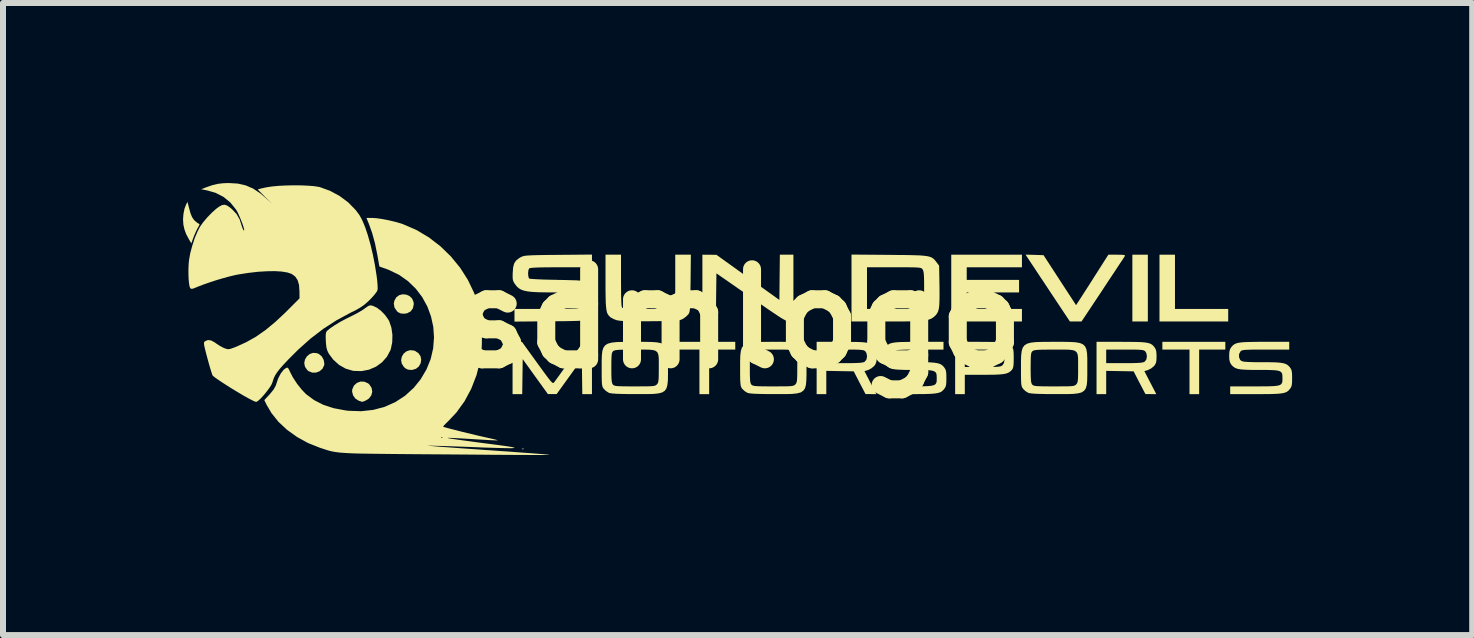
<source format=kicad_pcb>
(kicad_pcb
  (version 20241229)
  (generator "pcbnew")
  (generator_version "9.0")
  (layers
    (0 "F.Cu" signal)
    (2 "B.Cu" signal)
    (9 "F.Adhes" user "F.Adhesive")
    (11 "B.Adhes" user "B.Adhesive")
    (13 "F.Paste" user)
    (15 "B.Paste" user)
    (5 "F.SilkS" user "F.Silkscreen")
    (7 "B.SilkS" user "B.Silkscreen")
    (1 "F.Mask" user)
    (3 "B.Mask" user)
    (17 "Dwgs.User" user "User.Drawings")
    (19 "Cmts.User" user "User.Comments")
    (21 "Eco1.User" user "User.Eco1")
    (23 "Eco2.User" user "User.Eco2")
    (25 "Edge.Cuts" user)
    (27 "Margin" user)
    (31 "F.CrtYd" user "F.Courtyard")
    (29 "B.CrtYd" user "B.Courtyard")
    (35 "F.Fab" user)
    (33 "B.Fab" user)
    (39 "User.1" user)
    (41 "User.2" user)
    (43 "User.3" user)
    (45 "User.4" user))
  (footprint "sdmlogo"
    (layer "F.Cu")
    (at 9.267 2.259)
    (property "Reference" "sdmlogo" (at 0 0 0) (layer "F.SilkS") (effects (font (size 1.5 1.5) (thickness 0.3))))
    (attr board_only exclude_from_pos_files exclude_from_bom)
    (fp_poly (pts (xy -3.587 2.169) (xy -3.592 2.176) (xy -3.608 2.177) (xy -3.625 2.173) (xy -3.618 2.168) (xy -3.593 2.166)) (stroke (width 0) (type solid)) (fill yes) (layer "F.SilkS"))
    (fp_poly (pts (xy 6.81 -0.508) (xy 6.81 0.048) (xy 6.681 0.048) (xy 6.552 0.048) (xy 6.552 -0.508) (xy 6.552 -1.065) (xy 6.681 -1.065) (xy 6.81 -1.065)) (stroke (width 0) (type solid)) (fill yes) (layer "F.SilkS"))
    (fp_poly (pts (xy 7.262 -0.613) (xy 7.262 -0.161) (xy 7.706 -0.161) (xy 8.149 -0.161) (xy 8.149 -0.056) (xy 8.149 0.048) (xy 7.576 0.048) (xy 7.004 0.048) (xy 7.004 -0.508) (xy 7.004 -1.065) (xy 7.133 -1.065) (xy 7.262 -1.065)) (stroke (width 0) (type solid)) (fill yes) (layer "F.SilkS"))
    (fp_poly (pts (xy -0.065 0.452) (xy -0.065 0.516) (xy -0.282 0.516) (xy -0.5 0.516) (xy -0.5 0.888) (xy -0.5 1.259) (xy -0.581 1.259) (xy -0.662 1.259) (xy -0.662 0.888) (xy -0.662 0.516) (xy -0.888 0.516) (xy -1.113 0.516) (xy -1.113 0.452) (xy -1.113 0.387) (xy -0.589 0.387) (xy -0.065 0.387)) (stroke (width 0) (type solid)) (fill yes) (layer "F.SilkS"))
    (fp_poly (pts (xy 8.101 0.452) (xy 8.101 0.516) (xy 7.883 0.516) (xy 7.665 0.516) (xy 7.665 0.888) (xy 7.665 1.259) (xy 7.584 1.259) (xy 7.504 1.259) (xy 7.504 0.888) (xy 7.504 0.516) (xy 7.278 0.516) (xy 7.052 0.516) (xy 7.052 0.452) (xy 7.052 0.387) (xy 7.576 0.387) (xy 8.101 0.387)) (stroke (width 0) (type solid)) (fill yes) (layer "F.SilkS"))
    (fp_poly (pts (xy -7.041 0.575) (xy -7.004 0.589) (xy -6.955 0.63) (xy -6.923 0.689) (xy -6.912 0.754) (xy -6.915 0.776) (xy -6.943 0.835) (xy -6.991 0.877) (xy -7.051 0.9) (xy -7.115 0.9) (xy -7.176 0.875) (xy -7.198 0.857) (xy -7.236 0.8) (xy -7.247 0.74) (xy -7.235 0.682) (xy -7.204 0.631) (xy -7.159 0.592) (xy -7.103 0.571)) (stroke (width 0) (type solid)) (fill yes) (layer "F.SilkS"))
    (fp_poly (pts (xy -5.548 -0.4) (xy -5.493 -0.376) (xy -5.45 -0.334) (xy -5.426 -0.277) (xy -5.422 -0.242) (xy -5.436 -0.172) (xy -5.475 -0.119) (xy -5.535 -0.088) (xy -5.588 -0.081) (xy -5.644 -0.087) (xy -5.685 -0.108) (xy -5.701 -0.122) (xy -5.743 -0.183) (xy -5.755 -0.25) (xy -5.745 -0.299) (xy -5.712 -0.356) (xy -5.664 -0.391) (xy -5.607 -0.405)) (stroke (width 0) (type solid)) (fill yes) (layer "F.SilkS"))
    (fp_poly (pts (xy -5.42 0.532) (xy -5.4 0.539) (xy -5.343 0.577) (xy -5.309 0.628) (xy -5.298 0.687) (xy -5.308 0.745) (xy -5.337 0.797) (xy -5.385 0.836) (xy -5.449 0.855) (xy -5.466 0.855) (xy -5.52 0.85) (xy -5.561 0.829) (xy -5.585 0.808) (xy -5.622 0.752) (xy -5.633 0.692) (xy -5.621 0.633) (xy -5.59 0.582) (xy -5.543 0.545) (xy -5.485 0.526)) (stroke (width 0) (type solid)) (fill yes) (layer "F.SilkS"))
    (fp_poly (pts (xy -6.246 1.051) (xy -6.185 1.078) (xy -6.163 1.096) (xy -6.125 1.154) (xy -6.114 1.218) (xy -6.13 1.28) (xy -6.171 1.333) (xy -6.222 1.365) (xy -6.259 1.38) (xy -6.28 1.387) (xy -6.281 1.387) (xy -6.298 1.382) (xy -6.333 1.37) (xy -6.342 1.367) (xy -6.395 1.333) (xy -6.433 1.28) (xy -6.45 1.217) (xy -6.447 1.179) (xy -6.419 1.116) (xy -6.371 1.072) (xy -6.311 1.049)) (stroke (width 0) (type solid)) (fill yes) (layer "F.SilkS"))
    (fp_poly (pts (xy -9.166 -1.84) (xy -9.142 -1.753) (xy -9.116 -1.69) (xy -9.083 -1.642) (xy -9.039 -1.603) (xy -8.992 -1.572) (xy -8.996 -1.558) (xy -9.013 -1.526) (xy -9.023 -1.509) (xy -9.048 -1.46) (xy -9.076 -1.396) (xy -9.094 -1.351) (xy -9.129 -1.253) (xy -9.171 -1.325) (xy -9.215 -1.408) (xy -9.243 -1.484) (xy -9.262 -1.569) (xy -9.262 -1.573) (xy -9.267 -1.654) (xy -9.26 -1.744) (xy -9.243 -1.83) (xy -9.219 -1.894) (xy -9.193 -1.945)) (stroke (width 0) (type solid)) (fill yes) (layer "F.SilkS"))
    (fp_poly (pts (xy 4.712 -0.96) (xy 4.712 -0.855) (xy 4.252 -0.855) (xy 3.792 -0.855) (xy 3.792 -0.75) (xy 3.792 -0.645) (xy 4.228 -0.645) (xy 4.664 -0.645) (xy 4.664 -0.541) (xy 4.664 -0.436) (xy 4.228 -0.436) (xy 3.792 -0.436) (xy 3.792 -0.299) (xy 3.792 -0.161) (xy 4.252 -0.161) (xy 4.712 -0.161) (xy 4.712 -0.056) (xy 4.712 0.048) (xy 4.123 0.048) (xy 3.534 0.048) (xy 3.534 -0.508) (xy 3.534 -1.065) (xy 4.123 -1.065) (xy 4.712 -1.065)) (stroke (width 0) (type solid)) (fill yes) (layer "F.SilkS"))
    (fp_poly (pts (xy 0.904 -0.508) (xy 0.904 0.048) (xy 0.839 0.048) (xy 0.821 0.047) (xy 0.801 0.042) (xy 0.775 0.031) (xy 0.741 0.013) (xy 0.696 -0.013) (xy 0.639 -0.05) (xy 0.566 -0.099) (xy 0.474 -0.161) (xy 0.362 -0.239) (xy 0.227 -0.333) (xy 0.198 -0.353) (xy -0.379 -0.754) (xy -0.384 -0.353) (xy -0.388 0.048) (xy -0.501 0.048) (xy -0.613 0.048) (xy -0.613 -0.508) (xy -0.613 -1.065) (xy -0.496 -1.064) (xy -0.379 -1.063) (xy 0.145 -0.687) (xy 0.67 -0.311) (xy 0.674 -0.688) (xy 0.678 -1.065) (xy 0.791 -1.065) (xy 0.904 -1.065)) (stroke (width 0) (type solid)) (fill yes) (layer "F.SilkS"))
    (fp_poly (pts (xy 4.922 -1.062) (xy 5.072 -1.057) (xy 5.343 -0.64) (xy 5.614 -0.224) (xy 5.706 -0.366) (xy 5.744 -0.426) (xy 5.796 -0.506) (xy 5.855 -0.598) (xy 5.917 -0.696) (xy 5.975 -0.787) (xy 6.152 -1.065) (xy 6.296 -1.065) (xy 6.365 -1.064) (xy 6.407 -1.061) (xy 6.427 -1.055) (xy 6.428 -1.045) (xy 6.427 -1.043) (xy 6.416 -1.025) (xy 6.389 -0.983) (xy 6.347 -0.921) (xy 6.294 -0.84) (xy 6.231 -0.745) (xy 6.16 -0.638) (xy 6.083 -0.522) (xy 6.06 -0.486) (xy 5.705 0.048) (xy 5.608 0.048) (xy 5.511 0.048) (xy 5.172 -0.462) (xy 5.095 -0.579) (xy 5.022 -0.688) (xy 4.956 -0.788) (xy 4.899 -0.874) (xy 4.853 -0.943) (xy 4.821 -0.992) (xy 4.804 -1.018) (xy 4.803 -1.019) (xy 4.773 -1.066)) (stroke (width 0) (type solid)) (fill yes) (layer "F.SilkS"))
    (fp_poly (pts (xy -3.364 0.741) (xy -3.288 0.846) (xy -3.229 0.927) (xy -3.183 0.988) (xy -3.15 1.03) (xy -3.126 1.057) (xy -3.11 1.07) (xy -3.098 1.073) (xy -3.089 1.068) (xy -3.082 1.06) (xy -3.065 1.037) (xy -3.032 0.992) (xy -2.987 0.93) (xy -2.932 0.853) (xy -2.869 0.766) (xy -2.826 0.706) (xy -2.596 0.387) (xy -2.525 0.387) (xy -2.453 0.387) (xy -2.453 0.823) (xy -2.453 1.259) (xy -2.533 1.259) (xy -2.614 1.259) (xy -2.618 0.967) (xy -2.622 0.675) (xy -2.832 0.967) (xy -3.042 1.258) (xy -3.114 1.258) (xy -3.187 1.258) (xy -3.397 0.967) (xy -3.607 0.675) (xy -3.611 0.967) (xy -3.615 1.259) (xy -3.696 1.259) (xy -3.776 1.259) (xy -3.776 0.823) (xy -3.776 0.387) (xy -3.698 0.387) (xy -3.62 0.387)) (stroke (width 0) (type solid)) (fill yes) (layer "F.SilkS"))
    (fp_poly (pts (xy -6.101 -0.212) (xy -6.099 -0.211) (xy -6.034 -0.18) (xy -5.964 -0.126) (xy -5.899 -0.058) (xy -5.846 0.017) (xy -5.831 0.045) (xy -5.795 0.151) (xy -5.778 0.271) (xy -5.781 0.393) (xy -5.804 0.505) (xy -5.81 0.524) (xy -5.869 0.635) (xy -5.951 0.728) (xy -6.052 0.801) (xy -6.168 0.851) (xy -6.294 0.875) (xy -6.426 0.871) (xy -6.437 0.869) (xy -6.557 0.834) (xy -6.668 0.771) (xy -6.765 0.683) (xy -6.837 0.586) (xy -6.86 0.54) (xy -6.875 0.494) (xy -6.883 0.436) (xy -6.888 0.371) (xy -6.89 0.3) (xy -6.888 0.254) (xy -6.881 0.225) (xy -6.868 0.205) (xy -6.867 0.204) (xy -6.815 0.161) (xy -6.741 0.111) (xy -6.651 0.056) (xy -6.551 0.003) (xy -6.482 -0.031) (xy -6.406 -0.069) (xy -6.331 -0.11) (xy -6.268 -0.148) (xy -6.239 -0.169) (xy -6.193 -0.202) (xy -6.163 -0.218) (xy -6.135 -0.22)) (stroke (width 0) (type solid)) (fill yes) (layer "F.SilkS"))
    (fp_poly (pts (xy 1.842 0.388) (xy 1.953 0.389) (xy 2.039 0.392) (xy 2.104 0.398) (xy 2.154 0.407) (xy 2.19 0.419) (xy 2.218 0.436) (xy 2.241 0.458) (xy 2.257 0.476) (xy 2.277 0.509) (xy 2.287 0.55) (xy 2.291 0.609) (xy 2.291 0.63) (xy 2.29 0.693) (xy 2.282 0.735) (xy 2.266 0.768) (xy 2.25 0.789) (xy 2.206 0.827) (xy 2.154 0.855) (xy 2.148 0.857) (xy 2.088 0.875) (xy 2.187 1.067) (xy 2.287 1.259) (xy 2.196 1.258) (xy 2.106 1.258) (xy 2.007 1.069) (xy 1.909 0.879) (xy 1.681 0.875) (xy 1.452 0.871) (xy 1.452 1.065) (xy 1.452 1.259) (xy 1.372 1.259) (xy 1.291 1.259) (xy 1.291 0.823) (xy 1.291 0.629) (xy 1.452 0.629) (xy 1.452 0.742) (xy 1.755 0.742) (xy 1.866 0.742) (xy 1.95 0.74) (xy 2.01 0.737) (xy 2.051 0.732) (xy 2.078 0.725) (xy 2.094 0.717) (xy 2.121 0.681) (xy 2.131 0.63) (xy 2.122 0.578) (xy 2.103 0.546) (xy 2.091 0.536) (xy 2.074 0.528) (xy 2.046 0.523) (xy 2.003 0.519) (xy 1.941 0.517) (xy 1.855 0.517) (xy 1.765 0.516) (xy 1.452 0.516) (xy 1.452 0.629) (xy 1.291 0.629) (xy 1.291 0.387) (xy 1.703 0.387)) (stroke (width 0) (type solid)) (fill yes) (layer "F.SilkS"))
    (fp_poly (pts (xy 6.506 0.388) (xy 6.616 0.389) (xy 6.702 0.392) (xy 6.768 0.398) (xy 6.817 0.407) (xy 6.854 0.419) (xy 6.882 0.436) (xy 6.905 0.458) (xy 6.92 0.476) (xy 6.94 0.509) (xy 6.951 0.55) (xy 6.955 0.609) (xy 6.955 0.63) (xy 6.953 0.693) (xy 6.946 0.735) (xy 6.93 0.768) (xy 6.914 0.789) (xy 6.87 0.827) (xy 6.817 0.855) (xy 6.812 0.857) (xy 6.752 0.875) (xy 6.851 1.067) (xy 6.951 1.259) (xy 6.86 1.258) (xy 6.77 1.258) (xy 6.671 1.069) (xy 6.573 0.879) (xy 6.344 0.875) (xy 6.116 0.871) (xy 6.116 1.065) (xy 6.116 1.259) (xy 6.035 1.259) (xy 5.955 1.259) (xy 5.955 0.823) (xy 5.955 0.629) (xy 6.116 0.629) (xy 6.116 0.742) (xy 6.419 0.742) (xy 6.53 0.742) (xy 6.613 0.74) (xy 6.673 0.737) (xy 6.715 0.732) (xy 6.742 0.725) (xy 6.758 0.717) (xy 6.785 0.681) (xy 6.794 0.63) (xy 6.786 0.578) (xy 6.767 0.546) (xy 6.755 0.536) (xy 6.737 0.528) (xy 6.71 0.523) (xy 6.667 0.519) (xy 6.604 0.517) (xy 6.518 0.517) (xy 6.428 0.516) (xy 6.116 0.516) (xy 6.116 0.629) (xy 5.955 0.629) (xy 5.955 0.387) (xy 6.367 0.387)) (stroke (width 0) (type solid)) (fill yes) (layer "F.SilkS"))
    (fp_poly (pts (xy 4.139 0.388) (xy 4.248 0.389) (xy 4.333 0.392) (xy 4.397 0.398) (xy 4.445 0.407) (xy 4.481 0.419) (xy 4.508 0.435) (xy 4.532 0.456) (xy 4.543 0.467) (xy 4.558 0.489) (xy 4.568 0.517) (xy 4.573 0.559) (xy 4.575 0.623) (xy 4.575 0.662) (xy 4.574 0.738) (xy 4.57 0.789) (xy 4.563 0.822) (xy 4.551 0.846) (xy 4.543 0.856) (xy 4.517 0.881) (xy 4.487 0.901) (xy 4.45 0.915) (xy 4.401 0.925) (xy 4.334 0.931) (xy 4.246 0.935) (xy 4.132 0.936) (xy 4.083 0.936) (xy 3.76 0.936) (xy 3.76 1.097) (xy 3.76 1.259) (xy 3.679 1.259) (xy 3.599 1.259) (xy 3.599 0.823) (xy 3.599 0.662) (xy 3.76 0.662) (xy 3.76 0.807) (xy 4.059 0.807) (xy 4.164 0.807) (xy 4.243 0.806) (xy 4.298 0.803) (xy 4.336 0.799) (xy 4.361 0.793) (xy 4.378 0.785) (xy 4.389 0.775) (xy 4.412 0.74) (xy 4.421 0.687) (xy 4.422 0.662) (xy 4.417 0.601) (xy 4.399 0.56) (xy 4.389 0.549) (xy 4.376 0.537) (xy 4.358 0.529) (xy 4.332 0.523) (xy 4.292 0.519) (xy 4.233 0.517) (xy 4.151 0.517) (xy 4.059 0.516) (xy 3.76 0.516) (xy 3.76 0.662) (xy 3.599 0.662) (xy 3.599 0.387) (xy 4.003 0.387)) (stroke (width 0) (type solid)) (fill yes) (layer "F.SilkS"))
    (fp_poly (pts (xy -1.969 -0.633) (xy -1.968 -0.49) (xy -1.967 -0.378) (xy -1.964 -0.293) (xy -1.961 -0.233) (xy -1.956 -0.197) (xy -1.949 -0.181) (xy -1.927 -0.174) (xy -1.878 -0.169) (xy -1.808 -0.165) (xy -1.721 -0.162) (xy -1.623 -0.161) (xy -1.52 -0.16) (xy -1.417 -0.161) (xy -1.319 -0.162) (xy -1.231 -0.165) (xy -1.159 -0.169) (xy -1.109 -0.174) (xy -1.085 -0.18) (xy -1.084 -0.181) (xy -1.078 -0.197) (xy -1.073 -0.235) (xy -1.069 -0.295) (xy -1.067 -0.38) (xy -1.065 -0.493) (xy -1.065 -0.633) (xy -1.065 -1.065) (xy -0.935 -1.065) (xy -0.805 -1.065) (xy -0.81 -0.59) (xy -0.812 -0.453) (xy -0.813 -0.345) (xy -0.815 -0.262) (xy -0.818 -0.199) (xy -0.821 -0.154) (xy -0.826 -0.121) (xy -0.832 -0.099) (xy -0.84 -0.082) (xy -0.848 -0.07) (xy -0.885 -0.033) (xy -0.933 0.002) (xy -0.945 0.008) (xy -0.965 0.017) (xy -0.988 0.025) (xy -1.017 0.03) (xy -1.056 0.035) (xy -1.109 0.038) (xy -1.18 0.04) (xy -1.273 0.042) (xy -1.391 0.043) (xy -1.493 0.044) (xy -1.642 0.044) (xy -1.763 0.044) (xy -1.858 0.043) (xy -1.931 0.04) (xy -1.985 0.036) (xy -2.024 0.03) (xy -2.047 0.025) (xy -2.098 0.004) (xy -2.141 -0.02) (xy -2.15 -0.027) (xy -2.171 -0.048) (xy -2.188 -0.072) (xy -2.202 -0.101) (xy -2.211 -0.141) (xy -2.218 -0.194) (xy -2.223 -0.264) (xy -2.225 -0.355) (xy -2.227 -0.472) (xy -2.227 -0.613) (xy -2.227 -1.065) (xy -2.098 -1.065) (xy -1.969 -1.065)) (stroke (width 0) (type solid)) (fill yes) (layer "F.SilkS"))
    (fp_poly (pts (xy 2.497 -1.062) (xy 2.666 -1.06) (xy 2.806 -1.059) (xy 2.92 -1.056) (xy 3.011 -1.053) (xy 3.082 -1.047) (xy 3.137 -1.04) (xy 3.18 -1.029) (xy 3.212 -1.016) (xy 3.237 -0.998) (xy 3.259 -0.977) (xy 3.28 -0.95) (xy 3.289 -0.939) (xy 3.332 -0.882) (xy 3.338 -0.542) (xy 3.339 -0.411) (xy 3.338 -0.308) (xy 3.335 -0.229) (xy 3.328 -0.168) (xy 3.316 -0.123) (xy 3.299 -0.088) (xy 3.277 -0.059) (xy 3.253 -0.035) (xy 3.227 -0.015) (xy 3.199 0.002) (xy 3.165 0.015) (xy 3.122 0.026) (xy 3.067 0.034) (xy 2.997 0.04) (xy 2.907 0.044) (xy 2.796 0.047) (xy 2.66 0.048) (xy 2.496 0.048) (xy 2.452 0.048) (xy 1.872 0.048) (xy 1.872 -0.508) (xy 2.13 -0.508) (xy 2.13 -0.161) (xy 2.577 -0.161) (xy 2.71 -0.162) (xy 2.815 -0.162) (xy 2.896 -0.164) (xy 2.955 -0.166) (xy 2.996 -0.17) (xy 3.024 -0.174) (xy 3.042 -0.181) (xy 3.053 -0.188) (xy 3.063 -0.201) (xy 3.071 -0.219) (xy 3.077 -0.249) (xy 3.08 -0.294) (xy 3.082 -0.359) (xy 3.082 -0.45) (xy 3.082 -0.499) (xy 3.082 -0.607) (xy 3.08 -0.687) (xy 3.077 -0.744) (xy 3.071 -0.783) (xy 3.064 -0.808) (xy 3.057 -0.819) (xy 3.049 -0.83) (xy 3.039 -0.838) (xy 3.023 -0.844) (xy 2.997 -0.849) (xy 2.958 -0.852) (xy 2.902 -0.854) (xy 2.825 -0.855) (xy 2.724 -0.855) (xy 2.594 -0.855) (xy 2.581 -0.855) (xy 2.13 -0.855) (xy 2.13 -0.508) (xy 1.872 -0.508) (xy 1.872 -0.509) (xy 1.872 -1.067)) (stroke (width 0) (type solid)) (fill yes) (layer "F.SilkS"))
    (fp_poly (pts (xy 3.405 0.452) (xy 3.405 0.516) (xy 3.012 0.516) (xy 2.889 0.517) (xy 2.793 0.517) (xy 2.722 0.519) (xy 2.672 0.521) (xy 2.637 0.525) (xy 2.615 0.531) (xy 2.6 0.539) (xy 2.593 0.546) (xy 2.569 0.591) (xy 2.568 0.642) (xy 2.587 0.687) (xy 2.602 0.701) (xy 2.62 0.71) (xy 2.647 0.717) (xy 2.689 0.721) (xy 2.75 0.724) (xy 2.833 0.726) (xy 2.944 0.726) (xy 2.957 0.726) (xy 3.082 0.727) (xy 3.179 0.729) (xy 3.253 0.735) (xy 3.309 0.744) (xy 3.35 0.757) (xy 3.381 0.776) (xy 3.407 0.801) (xy 3.418 0.815) (xy 3.436 0.843) (xy 3.447 0.877) (xy 3.452 0.925) (xy 3.453 0.992) (xy 3.452 1.063) (xy 3.447 1.11) (xy 3.436 1.143) (xy 3.418 1.17) (xy 3.397 1.195) (xy 3.373 1.215) (xy 3.344 1.23) (xy 3.305 1.241) (xy 3.253 1.249) (xy 3.184 1.254) (xy 3.094 1.257) (xy 2.978 1.258) (xy 2.849 1.259) (xy 2.421 1.259) (xy 2.421 1.194) (xy 2.421 1.13) (xy 2.82 1.13) (xy 2.956 1.129) (xy 3.063 1.128) (xy 3.144 1.125) (xy 3.203 1.119) (xy 3.244 1.109) (xy 3.27 1.094) (xy 3.284 1.073) (xy 3.291 1.045) (xy 3.292 1.009) (xy 3.292 0.992) (xy 3.291 0.95) (xy 3.286 0.917) (xy 3.272 0.893) (xy 3.246 0.876) (xy 3.205 0.865) (xy 3.144 0.859) (xy 3.06 0.856) (xy 2.948 0.855) (xy 2.901 0.855) (xy 2.776 0.855) (xy 2.678 0.852) (xy 2.604 0.847) (xy 2.549 0.838) (xy 2.508 0.824) (xy 2.477 0.805) (xy 2.451 0.78) (xy 2.439 0.766) (xy 2.414 0.712) (xy 2.403 0.642) (xy 2.406 0.568) (xy 2.423 0.504) (xy 2.439 0.476) (xy 2.461 0.451) (xy 2.485 0.431) (xy 2.515 0.415) (xy 2.555 0.404) (xy 2.609 0.396) (xy 2.68 0.391) (xy 2.773 0.389) (xy 2.891 0.387) (xy 2.993 0.387) (xy 3.405 0.387)) (stroke (width 0) (type solid)) (fill yes) (layer "F.SilkS"))
    (fp_poly (pts (xy 9.166 0.452) (xy 9.166 0.516) (xy 8.773 0.516) (xy 8.65 0.517) (xy 8.554 0.517) (xy 8.483 0.519) (xy 8.433 0.521) (xy 8.398 0.525) (xy 8.376 0.531) (xy 8.361 0.539) (xy 8.354 0.546) (xy 8.33 0.591) (xy 8.329 0.642) (xy 8.348 0.687) (xy 8.363 0.701) (xy 8.381 0.71) (xy 8.408 0.717) (xy 8.45 0.721) (xy 8.511 0.724) (xy 8.594 0.726) (xy 8.705 0.726) (xy 8.718 0.726) (xy 8.843 0.727) (xy 8.94 0.729) (xy 9.014 0.735) (xy 9.07 0.744) (xy 9.111 0.757) (xy 9.142 0.776) (xy 9.168 0.801) (xy 9.179 0.815) (xy 9.197 0.843) (xy 9.208 0.877) (xy 9.213 0.925) (xy 9.214 0.992) (xy 9.213 1.063) (xy 9.208 1.11) (xy 9.197 1.143) (xy 9.179 1.17) (xy 9.158 1.195) (xy 9.134 1.215) (xy 9.105 1.23) (xy 9.066 1.241) (xy 9.014 1.249) (xy 8.945 1.254) (xy 8.855 1.257) (xy 8.739 1.258) (xy 8.61 1.259) (xy 8.182 1.259) (xy 8.182 1.194) (xy 8.182 1.13) (xy 8.581 1.13) (xy 8.717 1.129) (xy 8.824 1.128) (xy 8.905 1.125) (xy 8.964 1.119) (xy 9.005 1.109) (xy 9.031 1.094) (xy 9.045 1.073) (xy 9.052 1.045) (xy 9.053 1.009) (xy 9.053 0.992) (xy 9.052 0.95) (xy 9.047 0.917) (xy 9.033 0.893) (xy 9.007 0.876) (xy 8.966 0.865) (xy 8.905 0.859) (xy 8.821 0.856) (xy 8.709 0.855) (xy 8.662 0.855) (xy 8.537 0.855) (xy 8.439 0.852) (xy 8.365 0.847) (xy 8.31 0.838) (xy 8.269 0.824) (xy 8.238 0.805) (xy 8.212 0.78) (xy 8.2 0.766) (xy 8.179 0.73) (xy 8.168 0.685) (xy 8.165 0.621) (xy 8.168 0.556) (xy 8.179 0.511) (xy 8.2 0.476) (xy 8.222 0.451) (xy 8.246 0.431) (xy 8.276 0.415) (xy 8.316 0.404) (xy 8.37 0.396) (xy 8.441 0.391) (xy 8.534 0.389) (xy 8.652 0.387) (xy 8.754 0.387) (xy 9.166 0.387)) (stroke (width 0) (type solid)) (fill yes) (layer "F.SilkS"))
    (fp_poly (pts (xy -1.735 0.387) (xy -1.587 0.387) (xy -1.469 0.389) (xy -1.376 0.395) (xy -1.307 0.408) (xy -1.256 0.43) (xy -1.222 0.464) (xy -1.202 0.512) (xy -1.191 0.578) (xy -1.187 0.662) (xy -1.186 0.769) (xy -1.186 0.823) (xy -1.186 0.94) (xy -1.188 1.034) (xy -1.196 1.107) (xy -1.212 1.163) (xy -1.239 1.202) (xy -1.282 1.23) (xy -1.342 1.246) (xy -1.424 1.255) (xy -1.53 1.258) (xy -1.664 1.258) (xy -1.738 1.258) (xy -1.873 1.257) (xy -1.979 1.255) (xy -2.06 1.252) (xy -2.117 1.247) (xy -2.156 1.241) (xy -2.172 1.236) (xy -2.218 1.207) (xy -2.257 1.17) (xy -2.269 1.152) (xy -2.278 1.133) (xy -2.284 1.106) (xy -2.288 1.067) (xy -2.29 1.011) (xy -2.291 0.933) (xy -2.291 0.827) (xy -2.291 0.823) (xy -2.291 0.82) (xy -2.13 0.82) (xy -2.13 0.919) (xy -2.128 0.99) (xy -2.124 1.039) (xy -2.118 1.071) (xy -2.11 1.092) (xy -2.103 1.1) (xy -2.092 1.11) (xy -2.075 1.117) (xy -2.048 1.123) (xy -2.007 1.126) (xy -1.947 1.128) (xy -1.864 1.129) (xy -1.754 1.13) (xy -1.74 1.13) (xy -1.627 1.129) (xy -1.542 1.129) (xy -1.48 1.127) (xy -1.437 1.124) (xy -1.408 1.119) (xy -1.39 1.111) (xy -1.376 1.102) (xy -1.372 1.097) (xy -1.359 1.082) (xy -1.35 1.062) (xy -1.345 1.033) (xy -1.341 0.987) (xy -1.34 0.92) (xy -1.339 0.827) (xy -1.339 0.823) (xy -1.339 0.728) (xy -1.34 0.655) (xy -1.347 0.6) (xy -1.362 0.563) (xy -1.39 0.538) (xy -1.435 0.524) (xy -1.5 0.518) (xy -1.589 0.516) (xy -1.706 0.516) (xy -1.738 0.516) (xy -1.852 0.517) (xy -1.938 0.518) (xy -2.001 0.52) (xy -2.045 0.524) (xy -2.074 0.529) (xy -2.092 0.537) (xy -2.101 0.543) (xy -2.112 0.557) (xy -2.12 0.576) (xy -2.125 0.608) (xy -2.128 0.657) (xy -2.13 0.727) (xy -2.13 0.82) (xy -2.291 0.82) (xy -2.291 0.707) (xy -2.288 0.613) (xy -2.28 0.54) (xy -2.262 0.485) (xy -2.233 0.445) (xy -2.188 0.417) (xy -2.125 0.4) (xy -2.04 0.391) (xy -1.93 0.388) (xy -1.792 0.387)) (stroke (width 0) (type solid)) (fill yes) (layer "F.SilkS"))
    (fp_poly (pts (xy 0.573 0.387) (xy 0.72 0.387) (xy 0.839 0.389) (xy 0.931 0.395) (xy 1.001 0.408) (xy 1.051 0.43) (xy 1.085 0.464) (xy 1.106 0.512) (xy 1.117 0.578) (xy 1.121 0.662) (xy 1.122 0.769) (xy 1.122 0.823) (xy 1.122 0.94) (xy 1.119 1.034) (xy 1.112 1.107) (xy 1.096 1.163) (xy 1.068 1.202) (xy 1.026 1.23) (xy 0.965 1.246) (xy 0.883 1.255) (xy 0.777 1.258) (xy 0.643 1.258) (xy 0.569 1.258) (xy 0.434 1.257) (xy 0.328 1.255) (xy 0.248 1.252) (xy 0.19 1.247) (xy 0.152 1.241) (xy 0.136 1.236) (xy 0.09 1.207) (xy 0.051 1.17) (xy 0.039 1.152) (xy 0.03 1.133) (xy 0.024 1.106) (xy 0.02 1.067) (xy 0.017 1.011) (xy 0.016 0.933) (xy 0.016 0.827) (xy 0.016 0.823) (xy 0.016 0.82) (xy 0.178 0.82) (xy 0.178 0.919) (xy 0.18 0.99) (xy 0.183 1.039) (xy 0.189 1.071) (xy 0.198 1.092) (xy 0.204 1.1) (xy 0.216 1.11) (xy 0.233 1.117) (xy 0.26 1.123) (xy 0.301 1.126) (xy 0.36 1.128) (xy 0.443 1.129) (xy 0.553 1.13) (xy 0.567 1.13) (xy 0.68 1.129) (xy 0.765 1.129) (xy 0.827 1.127) (xy 0.87 1.124) (xy 0.899 1.119) (xy 0.918 1.111) (xy 0.932 1.102) (xy 0.936 1.097) (xy 0.948 1.082) (xy 0.957 1.062) (xy 0.963 1.033) (xy 0.966 0.987) (xy 0.968 0.92) (xy 0.968 0.827) (xy 0.968 0.823) (xy 0.969 0.728) (xy 0.968 0.655) (xy 0.961 0.6) (xy 0.945 0.563) (xy 0.917 0.538) (xy 0.872 0.524) (xy 0.807 0.518) (xy 0.718 0.516) (xy 0.602 0.516) (xy 0.57 0.516) (xy 0.456 0.517) (xy 0.369 0.518) (xy 0.306 0.52) (xy 0.263 0.524) (xy 0.234 0.529) (xy 0.215 0.537) (xy 0.207 0.543) (xy 0.196 0.557) (xy 0.188 0.576) (xy 0.182 0.608) (xy 0.179 0.657) (xy 0.178 0.727) (xy 0.178 0.82) (xy 0.016 0.82) (xy 0.016 0.707) (xy 0.019 0.613) (xy 0.028 0.54) (xy 0.045 0.485) (xy 0.075 0.445) (xy 0.12 0.417) (xy 0.183 0.4) (xy 0.268 0.391) (xy 0.378 0.388) (xy 0.515 0.387)) (stroke (width 0) (type solid)) (fill yes) (layer "F.SilkS"))
    (fp_poly (pts (xy 5.253 0.387) (xy 5.4 0.387) (xy 5.518 0.389) (xy 5.611 0.395) (xy 5.681 0.408) (xy 5.731 0.43) (xy 5.765 0.464) (xy 5.786 0.512) (xy 5.797 0.578) (xy 5.801 0.662) (xy 5.801 0.769) (xy 5.801 0.823) (xy 5.801 0.94) (xy 5.799 1.034) (xy 5.792 1.107) (xy 5.776 1.163) (xy 5.748 1.202) (xy 5.706 1.23) (xy 5.645 1.246) (xy 5.563 1.255) (xy 5.457 1.258) (xy 5.323 1.258) (xy 5.249 1.258) (xy 5.114 1.257) (xy 5.008 1.255) (xy 4.928 1.252) (xy 4.87 1.247) (xy 4.832 1.241) (xy 4.816 1.236) (xy 4.769 1.207) (xy 4.731 1.17) (xy 4.719 1.152) (xy 4.71 1.133) (xy 4.703 1.106) (xy 4.699 1.067) (xy 4.697 1.011) (xy 4.696 0.933) (xy 4.696 0.827) (xy 4.696 0.823) (xy 4.696 0.82) (xy 4.857 0.82) (xy 4.858 0.919) (xy 4.86 0.99) (xy 4.863 1.039) (xy 4.869 1.071) (xy 4.878 1.092) (xy 4.884 1.1) (xy 4.896 1.11) (xy 4.913 1.117) (xy 4.939 1.123) (xy 4.98 1.126) (xy 5.04 1.128) (xy 5.123 1.129) (xy 5.233 1.13) (xy 5.247 1.13) (xy 5.36 1.129) (xy 5.445 1.129) (xy 5.507 1.127) (xy 5.55 1.124) (xy 5.579 1.119) (xy 5.598 1.111) (xy 5.611 1.102) (xy 5.616 1.097) (xy 5.628 1.082) (xy 5.637 1.062) (xy 5.643 1.033) (xy 5.646 0.987) (xy 5.648 0.92) (xy 5.648 0.827) (xy 5.648 0.823) (xy 5.648 0.728) (xy 5.647 0.655) (xy 5.641 0.6) (xy 5.625 0.563) (xy 5.597 0.538) (xy 5.552 0.524) (xy 5.487 0.518) (xy 5.398 0.516) (xy 5.282 0.516) (xy 5.25 0.516) (xy 5.136 0.517) (xy 5.049 0.518) (xy 4.986 0.52) (xy 4.942 0.524) (xy 4.914 0.529) (xy 4.895 0.537) (xy 4.887 0.543) (xy 4.875 0.557) (xy 4.867 0.576) (xy 4.862 0.608) (xy 4.859 0.657) (xy 4.858 0.727) (xy 4.857 0.82) (xy 4.696 0.82) (xy 4.696 0.707) (xy 4.699 0.613) (xy 4.708 0.54) (xy 4.725 0.485) (xy 4.755 0.445) (xy 4.8 0.417) (xy 4.863 0.4) (xy 4.948 0.391) (xy 5.057 0.388) (xy 5.195 0.387)) (stroke (width 0) (type solid)) (fill yes) (layer "F.SilkS"))
    (fp_poly (pts (xy -2.453 -0.961) (xy -2.453 -0.855) (xy -2.966 -0.855) (xy -3.121 -0.855) (xy -3.246 -0.854) (xy -3.343 -0.852) (xy -3.415 -0.849) (xy -3.463 -0.845) (xy -3.491 -0.84) (xy -3.499 -0.836) (xy -3.512 -0.807) (xy -3.517 -0.762) (xy -3.515 -0.715) (xy -3.506 -0.678) (xy -3.498 -0.667) (xy -3.477 -0.663) (xy -3.428 -0.659) (xy -3.356 -0.655) (xy -3.264 -0.651) (xy -3.158 -0.648) (xy -3.041 -0.646) (xy -3.034 -0.645) (xy -2.901 -0.643) (xy -2.797 -0.64) (xy -2.716 -0.638) (xy -2.656 -0.634) (xy -2.611 -0.63) (xy -2.579 -0.624) (xy -2.554 -0.616) (xy -2.532 -0.607) (xy -2.526 -0.604) (xy -2.475 -0.573) (xy -2.439 -0.541) (xy -2.415 -0.499) (xy -2.403 -0.443) (xy -2.397 -0.366) (xy -2.396 -0.299) (xy -2.398 -0.203) (xy -2.406 -0.133) (xy -2.422 -0.083) (xy -2.449 -0.045) (xy -2.49 -0.014) (xy -2.526 0.007) (xy -2.545 0.016) (xy -2.565 0.023) (xy -2.59 0.029) (xy -2.624 0.033) (xy -2.67 0.037) (xy -2.732 0.039) (xy -2.813 0.041) (xy -2.917 0.043) (xy -3.047 0.044) (xy -3.167 0.045) (xy -3.744 0.05) (xy -3.744 -0.056) (xy -3.744 -0.161) (xy -3.205 -0.161) (xy -3.057 -0.162) (xy -2.939 -0.162) (xy -2.846 -0.163) (xy -2.777 -0.165) (xy -2.726 -0.167) (xy -2.692 -0.171) (xy -2.671 -0.176) (xy -2.66 -0.181) (xy -2.656 -0.187) (xy -2.649 -0.224) (xy -2.646 -0.277) (xy -2.648 -0.334) (xy -2.654 -0.383) (xy -2.664 -0.414) (xy -2.666 -0.416) (xy -2.684 -0.423) (xy -2.724 -0.428) (xy -2.788 -0.432) (xy -2.878 -0.435) (xy -2.998 -0.436) (xy -3.057 -0.436) (xy -3.213 -0.437) (xy -3.34 -0.439) (xy -3.442 -0.444) (xy -3.523 -0.453) (xy -3.587 -0.466) (xy -3.636 -0.484) (xy -3.675 -0.508) (xy -3.708 -0.539) (xy -3.737 -0.577) (xy -3.741 -0.582) (xy -3.76 -0.614) (xy -3.771 -0.646) (xy -3.775 -0.689) (xy -3.774 -0.752) (xy -3.773 -0.769) (xy -3.766 -0.858) (xy -3.748 -0.922) (xy -3.716 -0.969) (xy -3.666 -1.008) (xy -3.638 -1.024) (xy -3.62 -1.033) (xy -3.599 -1.04) (xy -3.574 -1.046) (xy -3.539 -1.05) (xy -3.492 -1.053) (xy -3.429 -1.056) (xy -3.347 -1.058) (xy -3.241 -1.06) (xy -3.109 -1.061) (xy -3.014 -1.062) (xy -2.453 -1.067)) (stroke (width 0) (type solid)) (fill yes) (layer "F.SilkS"))
    (fp_poly (pts (xy -8.355 -2.25) (xy -8.223 -2.22) (xy -8.1 -2.167) (xy -7.981 -2.088) (xy -7.9 -2.019) (xy -7.786 -1.916) (xy -7.903 -2.031) (xy -7.952 -2.08) (xy -7.991 -2.12) (xy -8.015 -2.145) (xy -8.02 -2.152) (xy -8.006 -2.158) (xy -7.966 -2.168) (xy -7.909 -2.181) (xy -7.871 -2.189) (xy -7.783 -2.202) (xy -7.675 -2.212) (xy -7.554 -2.218) (xy -7.428 -2.221) (xy -7.302 -2.22) (xy -7.185 -2.215) (xy -7.084 -2.207) (xy -7.005 -2.195) (xy -6.987 -2.191) (xy -6.819 -2.13) (xy -6.659 -2.044) (xy -6.514 -1.936) (xy -6.391 -1.81) (xy -6.329 -1.727) (xy -6.282 -1.642) (xy -6.235 -1.53) (xy -6.189 -1.394) (xy -6.145 -1.24) (xy -6.105 -1.072) (xy -6.07 -0.894) (xy -6.042 -0.717) (xy -6.032 -0.636) (xy -6.026 -0.564) (xy -6.024 -0.507) (xy -6.026 -0.475) (xy -6.043 -0.443) (xy -6.079 -0.396) (xy -6.129 -0.34) (xy -6.156 -0.312) (xy -6.211 -0.261) (xy -6.262 -0.219) (xy -6.317 -0.182) (xy -6.385 -0.143) (xy -6.473 -0.099) (xy -6.482 -0.095) (xy -6.711 0.029) (xy -6.929 0.17) (xy -7.141 0.332) (xy -7.35 0.519) (xy -7.51 0.679) (xy -7.592 0.766) (xy -7.654 0.836) (xy -7.699 0.894) (xy -7.732 0.945) (xy -7.756 0.995) (xy -7.773 1.048) (xy -7.777 1.062) (xy -7.795 1.103) (xy -7.828 1.155) (xy -7.872 1.214) (xy -7.92 1.273) (xy -7.967 1.325) (xy -8.01 1.365) (xy -8.041 1.386) (xy -8.05 1.388) (xy -8.074 1.38) (xy -8.119 1.359) (xy -8.18 1.327) (xy -8.25 1.288) (xy -8.263 1.281) (xy -8.353 1.227) (xy -8.446 1.171) (xy -8.535 1.115) (xy -8.617 1.062) (xy -8.686 1.016) (xy -8.738 0.979) (xy -8.769 0.954) (xy -8.773 0.949) (xy -8.783 0.927) (xy -8.798 0.879) (xy -8.819 0.812) (xy -8.842 0.73) (xy -8.86 0.664) (xy -8.886 0.567) (xy -8.903 0.497) (xy -8.914 0.449) (xy -8.918 0.417) (xy -8.917 0.398) (xy -8.91 0.386) (xy -8.9 0.377) (xy -8.852 0.357) (xy -8.799 0.364) (xy -8.735 0.399) (xy -8.72 0.411) (xy -8.664 0.448) (xy -8.604 0.481) (xy -8.578 0.493) (xy -8.543 0.505) (xy -8.515 0.51) (xy -8.484 0.506) (xy -8.442 0.492) (xy -8.381 0.469) (xy -8.214 0.393) (xy -8.052 0.302) (xy -7.892 0.19) (xy -7.73 0.056) (xy -7.56 -0.103) (xy -7.54 -0.123) (xy -7.326 -0.337) (xy -7.327 -0.455) (xy -7.334 -0.561) (xy -7.358 -0.642) (xy -7.399 -0.702) (xy -7.458 -0.745) (xy -7.526 -0.768) (xy -7.621 -0.784) (xy -7.737 -0.791) (xy -7.872 -0.789) (xy -8.02 -0.78) (xy -8.176 -0.762) (xy -8.337 -0.737) (xy -8.399 -0.725) (xy -8.487 -0.704) (xy -8.594 -0.675) (xy -8.71 -0.641) (xy -8.826 -0.603) (xy -8.934 -0.565) (xy -9.023 -0.531) (xy -9.053 -0.518) (xy -9.101 -0.499) (xy -9.13 -0.496) (xy -9.145 -0.505) (xy -9.158 -0.533) (xy -9.167 -0.587) (xy -9.174 -0.659) (xy -9.177 -0.743) (xy -9.177 -0.831) (xy -9.173 -0.916) (xy -9.167 -0.976) (xy -9.146 -1.093) (xy -9.112 -1.219) (xy -9.071 -1.344) (xy -9.024 -1.455) (xy -8.987 -1.527) (xy -8.936 -1.6) (xy -8.868 -1.681) (xy -8.792 -1.76) (xy -8.718 -1.827) (xy -8.668 -1.864) (xy -8.619 -1.891) (xy -8.576 -1.898) (xy -8.532 -1.884) (xy -8.479 -1.847) (xy -8.45 -1.822) (xy -8.375 -1.742) (xy -8.323 -1.651) (xy -8.294 -1.56) (xy -8.278 -1.512) (xy -8.261 -1.476) (xy -8.254 -1.468) (xy -8.247 -1.471) (xy -8.251 -1.497) (xy -8.264 -1.541) (xy -8.283 -1.596) (xy -8.307 -1.657) (xy -8.333 -1.718) (xy -8.358 -1.772) (xy -8.382 -1.814) (xy -8.382 -1.814) (xy -8.477 -1.933) (xy -8.591 -2.027) (xy -8.725 -2.096) (xy -8.861 -2.135) (xy -8.964 -2.156) (xy -8.87 -2.192) (xy -8.771 -2.226) (xy -8.684 -2.246) (xy -8.592 -2.256) (xy -8.504 -2.259)) (stroke (width 0) (type solid)) (fill yes) (layer "F.SilkS"))
    (fp_poly (pts (xy -6.044 -1.673) (xy -5.946 -1.659) (xy -5.838 -1.638) (xy -5.729 -1.612) (xy -5.629 -1.583) (xy -5.596 -1.571) (xy -5.377 -1.476) (xy -5.17 -1.353) (xy -4.978 -1.205) (xy -4.804 -1.036) (xy -4.65 -0.848) (xy -4.52 -0.644) (xy -4.417 -0.429) (xy -4.381 -0.333) (xy -4.346 -0.22) (xy -4.32 -0.121) (xy -4.303 -0.024) (xy -4.293 0.079) (xy -4.287 0.199) (xy -4.286 0.29) (xy -4.288 0.427) (xy -4.293 0.538) (xy -4.303 0.632) (xy -4.314 0.697) (xy -4.377 0.943) (xy -4.465 1.17) (xy -4.576 1.377) (xy -4.71 1.563) (xy -4.839 1.7) (xy -4.884 1.744) (xy -4.917 1.778) (xy -4.932 1.799) (xy -4.933 1.802) (xy -4.915 1.808) (xy -4.871 1.82) (xy -4.806 1.838) (xy -4.725 1.858) (xy -4.633 1.882) (xy -4.535 1.906) (xy -4.437 1.929) (xy -4.343 1.952) (xy -4.259 1.971) (xy -4.192 1.986) (xy -4.123 2.001) (xy -4.068 2.014) (xy -4.033 2.024) (xy -4.024 2.029) (xy -4.041 2.029) (xy -4.086 2.028) (xy -4.154 2.025) (xy -4.242 2.02) (xy -4.343 2.014) (xy -4.428 2.009) (xy -4.54 2.002) (xy -4.642 1.996) (xy -4.731 1.991) (xy -4.8 1.988) (xy -4.846 1.987) (xy -4.861 1.988) (xy -4.854 1.991) (xy -4.818 1.998) (xy -4.756 2.007) (xy -4.671 2.02) (xy -4.567 2.034) (xy -4.447 2.05) (xy -4.314 2.068) (xy -4.268 2.074) (xy -4.112 2.094) (xy -3.983 2.111) (xy -3.881 2.125) (xy -3.806 2.137) (xy -3.76 2.146) (xy -3.742 2.153) (xy -3.754 2.157) (xy -3.794 2.159) (xy -3.865 2.159) (xy -3.966 2.157) (xy -4.098 2.153) (xy -4.261 2.148) (xy -4.456 2.14) (xy -4.508 2.138) (xy -4.653 2.133) (xy -4.787 2.128) (xy -4.907 2.124) (xy -5.01 2.121) (xy -5.093 2.119) (xy -5.152 2.117) (xy -5.184 2.117) (xy -5.189 2.118) (xy -5.174 2.12) (xy -5.13 2.123) (xy -5.059 2.129) (xy -4.964 2.137) (xy -4.847 2.145) (xy -4.712 2.155) (xy -4.561 2.166) (xy -4.396 2.177) (xy -4.221 2.19) (xy -4.183 2.192) (xy -4.005 2.205) (xy -3.837 2.216) (xy -3.682 2.228) (xy -3.542 2.238) (xy -3.42 2.247) (xy -3.318 2.255) (xy -3.24 2.261) (xy -3.188 2.266) (xy -3.165 2.268) (xy -3.164 2.269) (xy -3.167 2.27) (xy -3.18 2.271) (xy -3.203 2.272) (xy -3.239 2.272) (xy -3.289 2.273) (xy -3.354 2.273) (xy -3.435 2.273) (xy -3.535 2.272) (xy -3.655 2.272) (xy -3.795 2.271) (xy -3.958 2.27) (xy -4.145 2.269) (xy -4.357 2.267) (xy -4.596 2.265) (xy -4.863 2.263) (xy -5.159 2.261) (xy -5.43 2.259) (xy -5.662 2.257) (xy -5.864 2.255) (xy -6.038 2.253) (xy -6.188 2.251) (xy -6.316 2.249) (xy -6.425 2.246) (xy -6.516 2.242) (xy -6.594 2.237) (xy -6.659 2.232) (xy -6.715 2.225) (xy -6.765 2.217) (xy -6.81 2.207) (xy -6.854 2.195) (xy -6.899 2.181) (xy -6.947 2.165) (xy -6.987 2.152) (xy -7.185 2.073) (xy -7.365 1.974) (xy -4.965 1.974) (xy -4.963 1.984) (xy -4.954 1.985) (xy -4.941 1.979) (xy -4.943 1.974) (xy -4.963 1.972) (xy -4.965 1.974) (xy -7.365 1.974) (xy -7.368 1.972) (xy -7.533 1.854) (xy -7.676 1.721) (xy -7.793 1.575) (xy -7.872 1.441) (xy -7.913 1.358) (xy -7.822 1.26) (xy -7.758 1.182) (xy -7.721 1.115) (xy -7.714 1.093) (xy -7.682 0.998) (xy -7.639 0.915) (xy -7.59 0.852) (xy -7.549 0.822) (xy -7.53 0.816) (xy -7.514 0.828) (xy -7.495 0.862) (xy -7.487 0.882) (xy -7.435 0.982) (xy -7.366 1.087) (xy -7.289 1.184) (xy -7.218 1.258) (xy -7.085 1.357) (xy -6.933 1.435) (xy -6.761 1.492) (xy -6.565 1.529) (xy -6.51 1.536) (xy -6.299 1.543) (xy -6.097 1.521) (xy -5.906 1.47) (xy -5.729 1.391) (xy -5.567 1.285) (xy -5.422 1.153) (xy -5.308 1.012) (xy -5.21 0.846) (xy -5.14 0.673) (xy -5.099 0.495) (xy -5.085 0.315) (xy -5.097 0.137) (xy -5.135 -0.036) (xy -5.196 -0.202) (xy -5.281 -0.357) (xy -5.389 -0.499) (xy -5.518 -0.624) (xy -5.667 -0.729) (xy -5.837 -0.811) (xy -5.874 -0.825) (xy -5.995 -0.868) (xy -6.03 -1.065) (xy -6.069 -1.256) (xy -6.115 -1.424) (xy -6.17 -1.579) (xy -6.173 -1.585) (xy -6.211 -1.678) (xy -6.121 -1.678)) (stroke (width 0) (type solid)) (fill yes) (layer "F.SilkS")))
  (gr_rect
    (start -3 -3)
    (end 21.482 7.532)
    (stroke (width 0.1) (type default))
    (fill no)
    (layer "Edge.Cuts")))
</source>
